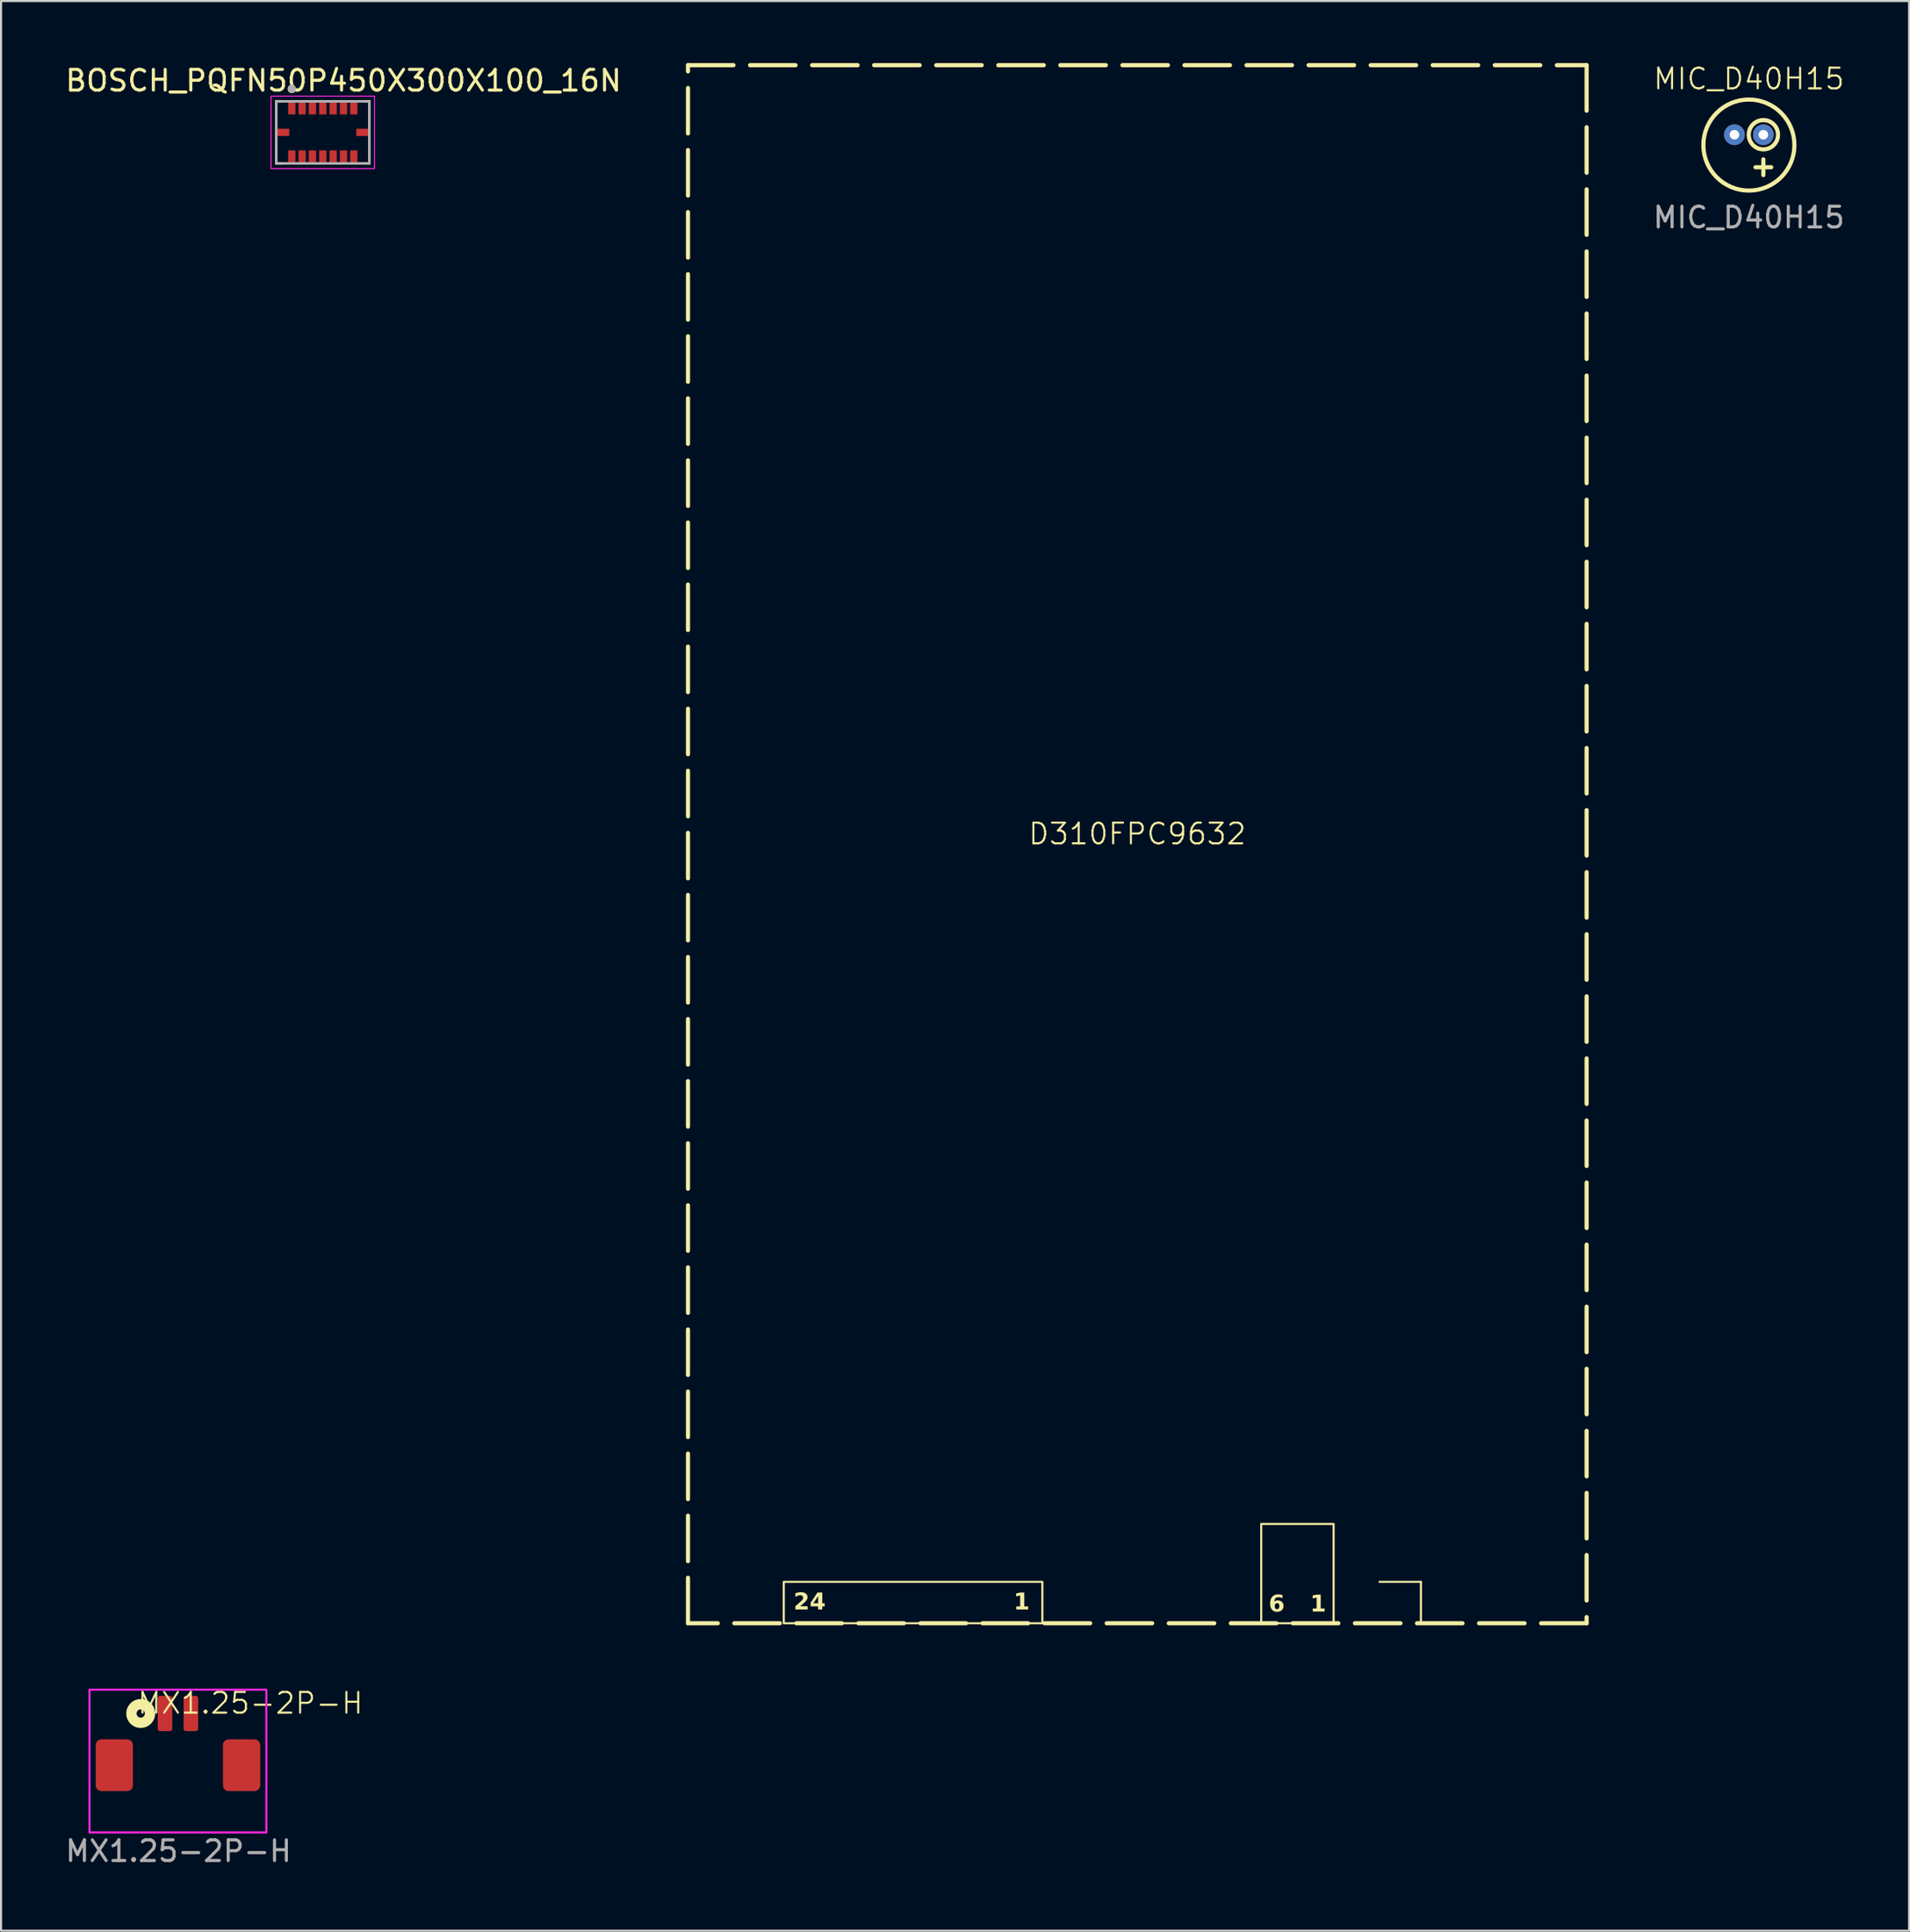
<source format=kicad_pcb>
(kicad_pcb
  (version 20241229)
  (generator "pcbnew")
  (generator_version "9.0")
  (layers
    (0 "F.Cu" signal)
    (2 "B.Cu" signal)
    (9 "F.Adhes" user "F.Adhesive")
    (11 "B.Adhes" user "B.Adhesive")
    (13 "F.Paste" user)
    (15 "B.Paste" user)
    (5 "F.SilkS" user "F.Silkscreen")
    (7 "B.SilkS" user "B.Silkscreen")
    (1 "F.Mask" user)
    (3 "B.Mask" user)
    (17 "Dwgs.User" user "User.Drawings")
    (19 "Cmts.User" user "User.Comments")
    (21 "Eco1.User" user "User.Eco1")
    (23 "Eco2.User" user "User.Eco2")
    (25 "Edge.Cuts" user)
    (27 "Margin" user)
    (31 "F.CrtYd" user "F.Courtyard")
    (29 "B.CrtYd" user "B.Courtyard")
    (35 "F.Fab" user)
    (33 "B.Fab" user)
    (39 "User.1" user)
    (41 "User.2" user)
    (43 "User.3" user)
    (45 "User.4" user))
  (footprint "MX1.25-2P-H"
    (layer "F.Cu")
    (at 5.552 82.061)
    (property "Reference" "MX1.25-2P-H" (at 3.5 -2.8 0) (unlocked yes) (layer "F.SilkS") (effects (font (size 1 1) (thickness 0.1))))
    (attr smd)
    (fp_circle (center -1.8 -2.3) (end -1.6 -2.3) (stroke (width 0.5) (type solid)) (fill no) (layer "F.SilkS"))
    (fp_rect (start -4.275 -3.45) (end 4.275 3.45) (stroke (width 0.1) (type default)) (fill no) (layer "F.CrtYd"))
    (fp_text user "${REFERENCE}" (at 0.025 4.35 0) (unlocked yes) (layer "F.Fab") (effects (font (size 1 1) (thickness 0.15))))
    (pad "1" smd roundrect (at -0.625 -2.3) (size 0.7 1.7) (layers "F.Cu" "F.Mask") (roundrect_rratio 0.15))
    (pad "2" smd roundrect (at 0.625 -2.3) (size 0.7 1.7) (layers "F.Cu" "F.Mask") (roundrect_rratio 0.15))
    (pad "MP" smd roundrect (at -3.075 0.2) (size 1.8 2.5) (layers "F.Cu" "F.Mask") (roundrect_rratio 0.15))
    (pad "MP" smd roundrect (at 3.075 0.2) (size 1.8 2.5) (layers "F.Cu" "F.Mask") (roundrect_rratio 0.15)))
  (footprint "BOSCH_PQFN50P450X300X100_16N"
    (layer "F.Cu")
    (at 12.554 3.348)
    (property "Reference" "BOSCH_PQFN50P450X300X100_16N" (at 1 -2.5 0) (layer "F.SilkS") (effects (font (size 1 1) (thickness 0.15))))
    (attr smd)
    (fp_line (start -2.25 -1.5) (end -2 -1.5) (stroke (width 0.127) (type solid)) (layer "F.SilkS"))
    (fp_line (start -2.25 -0.5) (end -2.25 -1.5) (stroke (width 0.127) (type solid)) (layer "F.SilkS"))
    (fp_line (start -2.25 1.5) (end -2.25 0.5) (stroke (width 0.127) (type solid)) (layer "F.SilkS"))
    (fp_line (start -2 1.5) (end -2.25 1.5) (stroke (width 0.127) (type solid)) (layer "F.SilkS"))
    (fp_line (start 2.25 -1.5) (end 2 -1.5) (stroke (width 0.127) (type solid)) (layer "F.SilkS"))
    (fp_line (start 2.25 -0.5) (end 2.25 -1.5) (stroke (width 0.127) (type solid)) (layer "F.SilkS"))
    (fp_line (start 2.25 0.5) (end 2.25 1.5) (stroke (width 0.127) (type solid)) (layer "F.SilkS"))
    (fp_line (start 2.25 1.5) (end 2 1.5) (stroke (width 0.127) (type solid)) (layer "F.SilkS"))
    (fp_circle (center -1.5 -2.1) (end -1.4 -2.1) (stroke (width 0.2) (type solid)) (fill no) (layer "F.SilkS"))
    (fp_line (start -2.5 -1.75) (end 2.5 -1.75) (stroke (width 0.05) (type solid)) (layer "F.CrtYd"))
    (fp_line (start -2.5 1.75) (end -2.5 -1.75) (stroke (width 0.05) (type solid)) (layer "F.CrtYd"))
    (fp_line (start 2.5 -1.75) (end 2.5 1.75) (stroke (width 0.05) (type solid)) (layer "F.CrtYd"))
    (fp_line (start 2.5 1.75) (end -2.5 1.75) (stroke (width 0.05) (type solid)) (layer "F.CrtYd"))
    (fp_line (start -2.25 -1.5) (end 2.25 -1.5) (stroke (width 0.127) (type solid)) (layer "F.Fab"))
    (fp_line (start -2.25 1.5) (end -2.25 -1.5) (stroke (width 0.127) (type solid)) (layer "F.Fab"))
    (fp_line (start 2.25 -1.5) (end 2.25 1.5) (stroke (width 0.127) (type solid)) (layer "F.Fab"))
    (fp_line (start 2.25 1.5) (end -2.25 1.5) (stroke (width 0.127) (type solid)) (layer "F.Fab"))
    (fp_circle (center -1.5 -2.1) (end -1.4 -2.1) (stroke (width 0.2) (type solid)) (fill no) (layer "F.Fab"))
    (pad "1" smd rect (at -1.5 -1.165) (size 0.35 0.59) (layers "F.Cu" "F.Mask" "F.Paste"))
    (pad "2" smd rect (at -1 -1.165) (size 0.35 0.59) (layers "F.Cu" "F.Mask" "F.Paste"))
    (pad "3" smd rect (at -0.5 -1.165) (size 0.35 0.59) (layers "F.Cu" "F.Mask" "F.Paste"))
    (pad "4" smd rect (at 0 -1.165) (size 0.35 0.59) (layers "F.Cu" "F.Mask" "F.Paste"))
    (pad "5" smd rect (at 0.5 -1.165) (size 0.35 0.59) (layers "F.Cu" "F.Mask" "F.Paste"))
    (pad "6" smd rect (at 1 -1.165) (size 0.35 0.59) (layers "F.Cu" "F.Mask" "F.Paste"))
    (pad "7" smd rect (at 1.5 -1.165) (size 0.35 0.59) (layers "F.Cu" "F.Mask" "F.Paste"))
    (pad "8" smd rect (at 1.915 0) (size 0.59 0.35) (layers "F.Cu" "F.Mask" "F.Paste"))
    (pad "9" smd rect (at 1.5 1.165) (size 0.35 0.59) (layers "F.Cu" "F.Mask" "F.Paste"))
    (pad "10" smd rect (at 1 1.165) (size 0.35 0.59) (layers "F.Cu" "F.Mask" "F.Paste"))
    (pad "11" smd rect (at 0.5 1.165) (size 0.35 0.59) (layers "F.Cu" "F.Mask" "F.Paste"))
    (pad "12" smd rect (at 0 1.165) (size 0.35 0.59) (layers "F.Cu" "F.Mask" "F.Paste"))
    (pad "13" smd rect (at -0.5 1.165) (size 0.35 0.59) (layers "F.Cu" "F.Mask" "F.Paste"))
    (pad "14" smd rect (at -1 1.165) (size 0.35 0.59) (layers "F.Cu" "F.Mask" "F.Paste"))
    (pad "15" smd rect (at -1.5 1.165) (size 0.35 0.59) (layers "F.Cu" "F.Mask" "F.Paste"))
    (pad "16" smd rect (at -1.915 0) (size 0.59 0.35) (layers "F.Cu" "F.Mask" "F.Paste")))
  (footprint "MIC_D40H15"
    (layer "F.Cu")
    (at 81.491 3.961)
    (property "Reference" "MIC_D40H15" (at 0 -3.2 0) (unlocked yes) (layer "F.SilkS") (effects (font (size 1 1) (thickness 0.1))))
    (attr smd)
    (fp_circle (center 0 0) (end 2.2 0) (stroke (width 0.2) (type solid)) (fill no) (layer "F.SilkS"))
    (fp_circle (center 0.7 -0.5) (end 1.2 0) (stroke (width 0.2) (type default)) (fill no) (layer "F.SilkS"))
    (fp_text user "+" (at 0.7 1 0) (unlocked yes) (layer "F.SilkS") (effects (font (size 1 1) (thickness 0.2) (bold yes))))
    (fp_text user "${REFERENCE}" (at 0 3.5 0) (unlocked yes) (layer "F.Fab") (effects (font (size 1 1) (thickness 0.15))))
    (pad "1" thru_hole circle (at 0.7 -0.5) (size 1 1) (drill 0.46) (layers "*.Cu" "*.Mask"))
    (pad "2" thru_hole circle (at -0.7 -0.5) (size 1 1) (drill 0.46) (layers "*.Cu" "*.Mask")))
  (footprint "D310FPC9632"
    (layer "F.Cu")
    (at 51.927 37.75)
    (property "Reference" "D310FPC9632" (at 0 -0.5 0) (unlocked yes) (layer "F.SilkS") (effects (font (size 1 1) (thickness 0.1))))
    (fp_line (start 13.71 35.65) (end 11.71 35.65) (stroke (width 0.1) (type default)) (layer "F.SilkS"))
    (fp_line (start 13.71 37.65) (end 13.71 35.65) (stroke (width 0.1) (type default)) (layer "F.SilkS"))
    (fp_rect (start -21.72 -37.65) (end 21.72 37.65) (stroke (width 0.2) (type dash)) (fill no) (layer "F.SilkS"))
    (fp_rect (start -17.09 35.65) (end -4.59 37.65) (stroke (width 0.1) (type default)) (fill no) (layer "F.SilkS"))
    (fp_rect (start 5.99 32.85) (end 9.49 37.65) (stroke (width 0.1) (type default)) (fill no) (layer "F.SilkS"))
    (fp_text user "1" (at -5.59 36.65 0) (unlocked yes) (layer "F.SilkS") (effects (font (face "CommitMono") (size 0.8 0.8) (thickness 0.2) (bold yes))))
    (fp_text user "1" (at 8.74 36.75 0) (unlocked yes) (layer "F.SilkS") (effects (font (face "CommitMono") (size 0.8 0.8) (thickness 0.2) (bold yes))))
    (fp_text user "24" (at -15.84 36.65 0) (unlocked yes) (layer "F.SilkS") (effects (font (face "CommitMono") (size 0.8 0.8) (thickness 0.2) (bold yes))))
    (fp_text user "6" (at 6.74 36.75 0) (unlocked yes) (layer "F.SilkS") (effects (font (face "CommitMono") (size 0.8 0.8) (thickness 0.2) (bold yes)))))
  (gr_rect
    (start -3 -3)
    (end 89.235 90.259)
    (stroke (width 0.1) (type default))
    (fill no)
    (layer "Edge.Cuts")))
</source>
